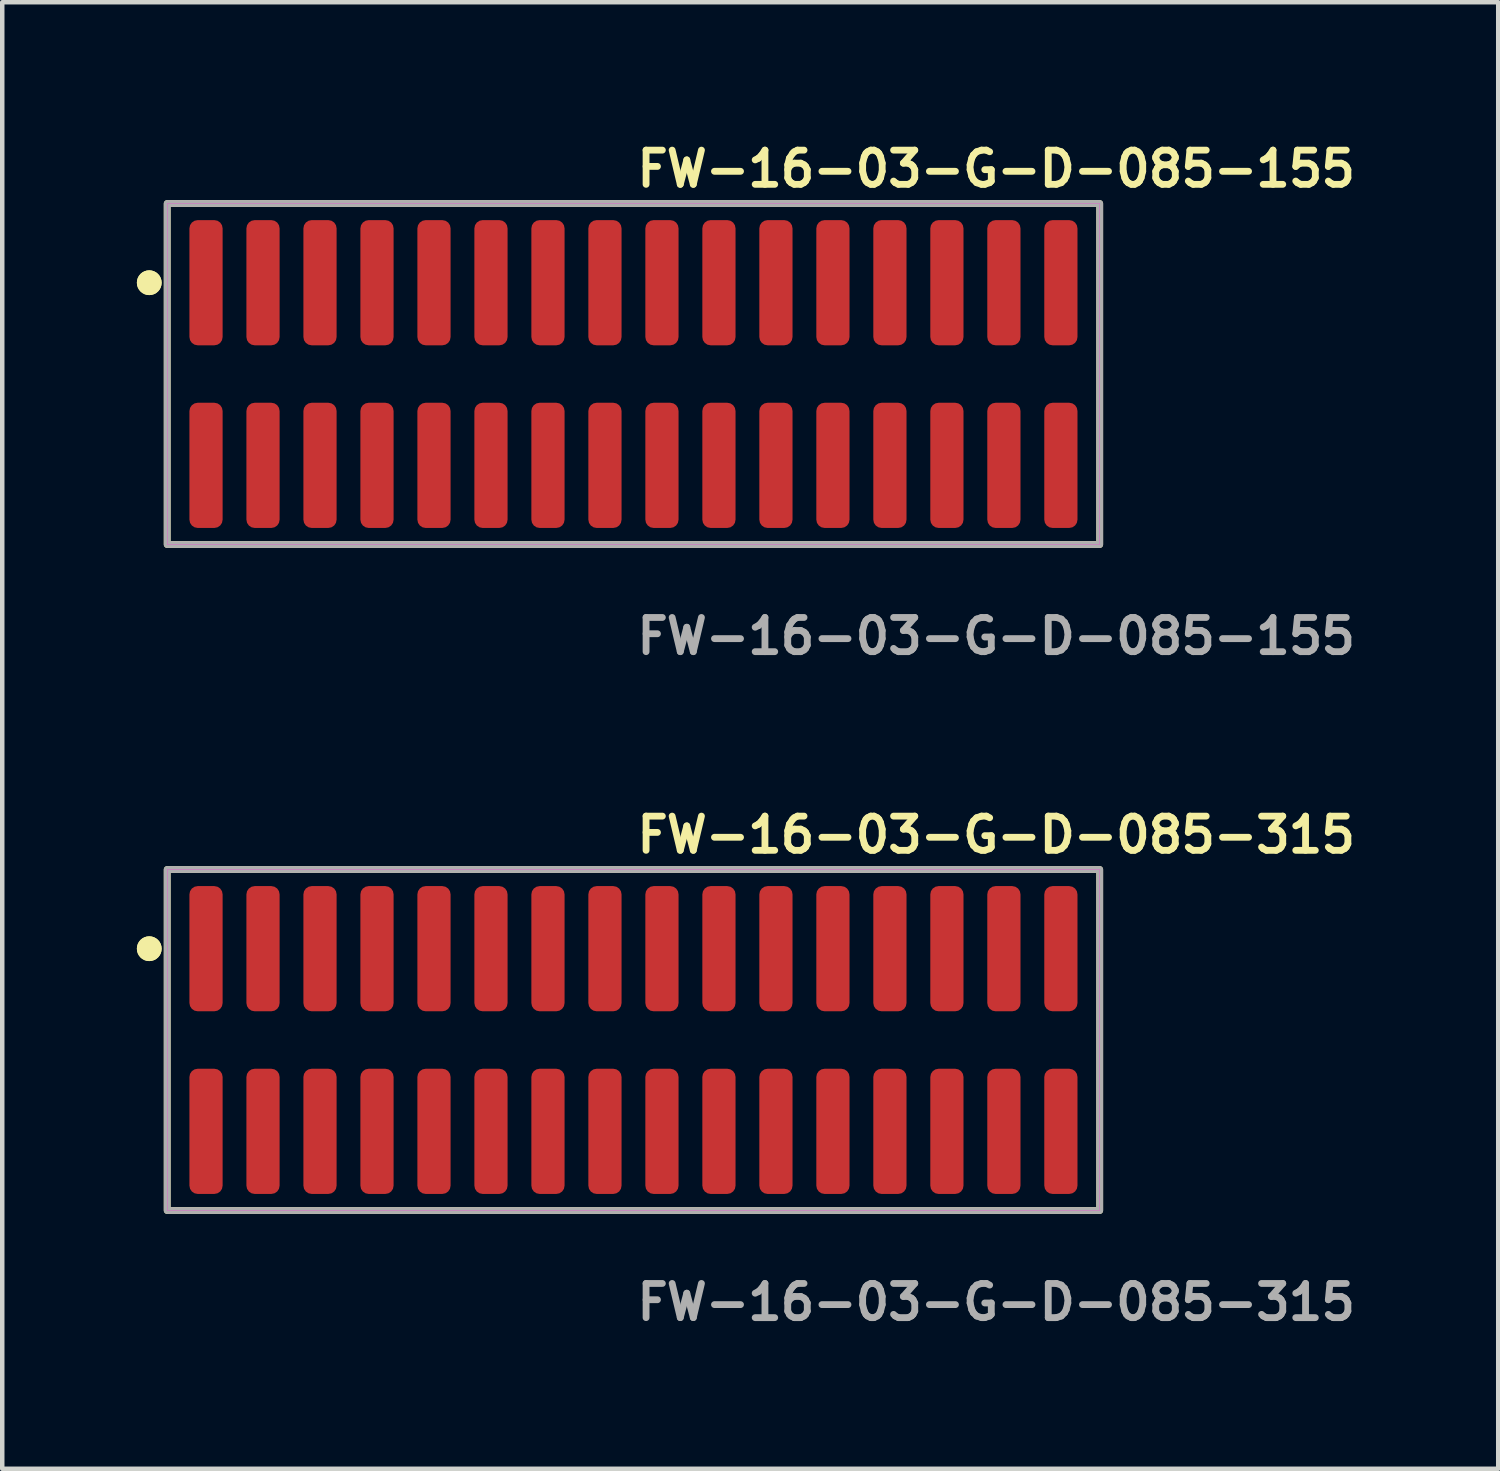
<source format=kicad_pcb>
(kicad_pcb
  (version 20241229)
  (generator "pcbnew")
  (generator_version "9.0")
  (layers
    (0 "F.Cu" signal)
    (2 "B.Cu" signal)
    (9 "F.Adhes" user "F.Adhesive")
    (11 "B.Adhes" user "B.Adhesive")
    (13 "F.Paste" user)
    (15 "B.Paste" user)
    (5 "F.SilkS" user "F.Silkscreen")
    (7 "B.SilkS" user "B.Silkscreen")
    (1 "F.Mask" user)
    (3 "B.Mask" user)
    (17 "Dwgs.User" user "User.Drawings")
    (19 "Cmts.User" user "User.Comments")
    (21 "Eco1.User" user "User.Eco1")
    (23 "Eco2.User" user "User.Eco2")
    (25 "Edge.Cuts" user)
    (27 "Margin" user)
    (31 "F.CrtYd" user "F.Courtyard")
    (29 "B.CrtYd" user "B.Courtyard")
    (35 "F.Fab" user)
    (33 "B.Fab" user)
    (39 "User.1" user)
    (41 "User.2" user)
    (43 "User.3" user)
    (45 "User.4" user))
  (footprint "FW-16-03-G-D-085-155"
    (layer "F.Cu")
    (at 11.066 5.285)
    (property "Reference" "FW-16-03-G-D-085-155" (at 0 -4.572 0) (unlocked yes) (layer "F.SilkS") (effects (font (size 0.762 0.762) (thickness 0.152)) (justify left)))
    (fp_rect (start -10.39 3.8) (end 10.39 -3.8) (stroke (width 0.152) (type solid)) (fill no) (layer "F.SilkS"))
    (fp_circle (center -10.79 -2.035) (end -10.99 -2.035) (stroke (width 0.152) (type solid)) (fill yes) (layer "F.SilkS"))
    (fp_circle (center -10.79 -2.035) (end -10.99 -2.035) (stroke (width 0.152) (type solid)) (fill yes) (layer "F.SilkS"))
    (fp_rect (start -10.39 3.8) (end 10.39 -3.8) (stroke (width 0.006) (type solid)) (fill no) (layer "F.CrtYd"))
    (fp_rect (start -10.39 3.8) (end 10.39 -3.8) (stroke (width 0.152) (type solid)) (fill no) (layer "F.Fab"))
    (fp_text user "${REFERENCE}" (at 0 5.842 0) (unlocked yes) (layer "F.Fab") (effects (font (size 0.762 0.762) (thickness 0.152)) (justify left)))
    (pad "1" smd roundrect (at -9.525 -2.035) (size 0.74 2.79) (layers "F.Cu" "F.Paste") (roundrect_rratio 0.25))
    (pad "2" smd roundrect (at -9.525 2.035) (size 0.74 2.79) (layers "F.Cu" "F.Paste") (roundrect_rratio 0.25))
    (pad "3" smd roundrect (at -8.255 -2.035) (size 0.74 2.79) (layers "F.Cu" "F.Paste") (roundrect_rratio 0.25))
    (pad "4" smd roundrect (at -8.255 2.035) (size 0.74 2.79) (layers "F.Cu" "F.Paste") (roundrect_rratio 0.25))
    (pad "5" smd roundrect (at -6.985 -2.035) (size 0.74 2.79) (layers "F.Cu" "F.Paste") (roundrect_rratio 0.25))
    (pad "6" smd roundrect (at -6.985 2.035) (size 0.74 2.79) (layers "F.Cu" "F.Paste") (roundrect_rratio 0.25))
    (pad "7" smd roundrect (at -5.715 -2.035) (size 0.74 2.79) (layers "F.Cu" "F.Paste") (roundrect_rratio 0.25))
    (pad "8" smd roundrect (at -5.715 2.035) (size 0.74 2.79) (layers "F.Cu" "F.Paste") (roundrect_rratio 0.25))
    (pad "9" smd roundrect (at -4.445 -2.035) (size 0.74 2.79) (layers "F.Cu" "F.Paste") (roundrect_rratio 0.25))
    (pad "10" smd roundrect (at -4.445 2.035) (size 0.74 2.79) (layers "F.Cu" "F.Paste") (roundrect_rratio 0.25))
    (pad "11" smd roundrect (at -3.175 -2.035) (size 0.74 2.79) (layers "F.Cu" "F.Paste") (roundrect_rratio 0.25))
    (pad "12" smd roundrect (at -3.175 2.035) (size 0.74 2.79) (layers "F.Cu" "F.Paste") (roundrect_rratio 0.25))
    (pad "13" smd roundrect (at -1.905 -2.035) (size 0.74 2.79) (layers "F.Cu" "F.Paste") (roundrect_rratio 0.25))
    (pad "14" smd roundrect (at -1.905 2.035) (size 0.74 2.79) (layers "F.Cu" "F.Paste") (roundrect_rratio 0.25))
    (pad "15" smd roundrect (at -0.635 -2.035) (size 0.74 2.79) (layers "F.Cu" "F.Paste") (roundrect_rratio 0.25))
    (pad "16" smd roundrect (at -0.635 2.035) (size 0.74 2.79) (layers "F.Cu" "F.Paste") (roundrect_rratio 0.25))
    (pad "17" smd roundrect (at 0.635 -2.035) (size 0.74 2.79) (layers "F.Cu" "F.Paste") (roundrect_rratio 0.25))
    (pad "18" smd roundrect (at 0.635 2.035) (size 0.74 2.79) (layers "F.Cu" "F.Paste") (roundrect_rratio 0.25))
    (pad "19" smd roundrect (at 1.905 -2.035) (size 0.74 2.79) (layers "F.Cu" "F.Paste") (roundrect_rratio 0.25))
    (pad "20" smd roundrect (at 1.905 2.035) (size 0.74 2.79) (layers "F.Cu" "F.Paste") (roundrect_rratio 0.25))
    (pad "21" smd roundrect (at 3.175 -2.035) (size 0.74 2.79) (layers "F.Cu" "F.Paste") (roundrect_rratio 0.25))
    (pad "22" smd roundrect (at 3.175 2.035) (size 0.74 2.79) (layers "F.Cu" "F.Paste") (roundrect_rratio 0.25))
    (pad "23" smd roundrect (at 4.445 -2.035) (size 0.74 2.79) (layers "F.Cu" "F.Paste") (roundrect_rratio 0.25))
    (pad "24" smd roundrect (at 4.445 2.035) (size 0.74 2.79) (layers "F.Cu" "F.Paste") (roundrect_rratio 0.25))
    (pad "25" smd roundrect (at 5.715 -2.035) (size 0.74 2.79) (layers "F.Cu" "F.Paste") (roundrect_rratio 0.25))
    (pad "26" smd roundrect (at 5.715 2.035) (size 0.74 2.79) (layers "F.Cu" "F.Paste") (roundrect_rratio 0.25))
    (pad "27" smd roundrect (at 6.985 -2.035) (size 0.74 2.79) (layers "F.Cu" "F.Paste") (roundrect_rratio 0.25))
    (pad "28" smd roundrect (at 6.985 2.035) (size 0.74 2.79) (layers "F.Cu" "F.Paste") (roundrect_rratio 0.25))
    (pad "29" smd roundrect (at 8.255 -2.035) (size 0.74 2.79) (layers "F.Cu" "F.Paste") (roundrect_rratio 0.25))
    (pad "30" smd roundrect (at 8.255 2.035) (size 0.74 2.79) (layers "F.Cu" "F.Paste") (roundrect_rratio 0.25))
    (pad "31" smd roundrect (at 9.525 -2.035) (size 0.74 2.79) (layers "F.Cu" "F.Paste") (roundrect_rratio 0.25))
    (pad "32" smd roundrect (at 9.525 2.035) (size 0.74 2.79) (layers "F.Cu" "F.Paste") (roundrect_rratio 0.25)))
  (footprint "FW-16-03-G-D-085-315"
    (layer "F.Cu")
    (at 11.066 20.126)
    (property "Reference" "FW-16-03-G-D-085-315" (at 0 -4.572 0) (unlocked yes) (layer "F.SilkS") (effects (font (size 0.762 0.762) (thickness 0.152)) (justify left)))
    (fp_rect (start -10.39 3.8) (end 10.39 -3.8) (stroke (width 0.152) (type solid)) (fill no) (layer "F.SilkS"))
    (fp_circle (center -10.79 -2.035) (end -10.99 -2.035) (stroke (width 0.152) (type solid)) (fill yes) (layer "F.SilkS"))
    (fp_circle (center -10.79 -2.035) (end -10.99 -2.035) (stroke (width 0.152) (type solid)) (fill yes) (layer "F.SilkS"))
    (fp_rect (start -10.39 3.8) (end 10.39 -3.8) (stroke (width 0.006) (type solid)) (fill no) (layer "F.CrtYd"))
    (fp_rect (start -10.39 3.8) (end 10.39 -3.8) (stroke (width 0.152) (type solid)) (fill no) (layer "F.Fab"))
    (fp_text user "${REFERENCE}" (at 0 5.842 0) (unlocked yes) (layer "F.Fab") (effects (font (size 0.762 0.762) (thickness 0.152)) (justify left)))
    (pad "1" smd roundrect (at -9.525 -2.035) (size 0.74 2.79) (layers "F.Cu" "F.Paste") (roundrect_rratio 0.25))
    (pad "2" smd roundrect (at -9.525 2.035) (size 0.74 2.79) (layers "F.Cu" "F.Paste") (roundrect_rratio 0.25))
    (pad "3" smd roundrect (at -8.255 -2.035) (size 0.74 2.79) (layers "F.Cu" "F.Paste") (roundrect_rratio 0.25))
    (pad "4" smd roundrect (at -8.255 2.035) (size 0.74 2.79) (layers "F.Cu" "F.Paste") (roundrect_rratio 0.25))
    (pad "5" smd roundrect (at -6.985 -2.035) (size 0.74 2.79) (layers "F.Cu" "F.Paste") (roundrect_rratio 0.25))
    (pad "6" smd roundrect (at -6.985 2.035) (size 0.74 2.79) (layers "F.Cu" "F.Paste") (roundrect_rratio 0.25))
    (pad "7" smd roundrect (at -5.715 -2.035) (size 0.74 2.79) (layers "F.Cu" "F.Paste") (roundrect_rratio 0.25))
    (pad "8" smd roundrect (at -5.715 2.035) (size 0.74 2.79) (layers "F.Cu" "F.Paste") (roundrect_rratio 0.25))
    (pad "9" smd roundrect (at -4.445 -2.035) (size 0.74 2.79) (layers "F.Cu" "F.Paste") (roundrect_rratio 0.25))
    (pad "10" smd roundrect (at -4.445 2.035) (size 0.74 2.79) (layers "F.Cu" "F.Paste") (roundrect_rratio 0.25))
    (pad "11" smd roundrect (at -3.175 -2.035) (size 0.74 2.79) (layers "F.Cu" "F.Paste") (roundrect_rratio 0.25))
    (pad "12" smd roundrect (at -3.175 2.035) (size 0.74 2.79) (layers "F.Cu" "F.Paste") (roundrect_rratio 0.25))
    (pad "13" smd roundrect (at -1.905 -2.035) (size 0.74 2.79) (layers "F.Cu" "F.Paste") (roundrect_rratio 0.25))
    (pad "14" smd roundrect (at -1.905 2.035) (size 0.74 2.79) (layers "F.Cu" "F.Paste") (roundrect_rratio 0.25))
    (pad "15" smd roundrect (at -0.635 -2.035) (size 0.74 2.79) (layers "F.Cu" "F.Paste") (roundrect_rratio 0.25))
    (pad "16" smd roundrect (at -0.635 2.035) (size 0.74 2.79) (layers "F.Cu" "F.Paste") (roundrect_rratio 0.25))
    (pad "17" smd roundrect (at 0.635 -2.035) (size 0.74 2.79) (layers "F.Cu" "F.Paste") (roundrect_rratio 0.25))
    (pad "18" smd roundrect (at 0.635 2.035) (size 0.74 2.79) (layers "F.Cu" "F.Paste") (roundrect_rratio 0.25))
    (pad "19" smd roundrect (at 1.905 -2.035) (size 0.74 2.79) (layers "F.Cu" "F.Paste") (roundrect_rratio 0.25))
    (pad "20" smd roundrect (at 1.905 2.035) (size 0.74 2.79) (layers "F.Cu" "F.Paste") (roundrect_rratio 0.25))
    (pad "21" smd roundrect (at 3.175 -2.035) (size 0.74 2.79) (layers "F.Cu" "F.Paste") (roundrect_rratio 0.25))
    (pad "22" smd roundrect (at 3.175 2.035) (size 0.74 2.79) (layers "F.Cu" "F.Paste") (roundrect_rratio 0.25))
    (pad "23" smd roundrect (at 4.445 -2.035) (size 0.74 2.79) (layers "F.Cu" "F.Paste") (roundrect_rratio 0.25))
    (pad "24" smd roundrect (at 4.445 2.035) (size 0.74 2.79) (layers "F.Cu" "F.Paste") (roundrect_rratio 0.25))
    (pad "25" smd roundrect (at 5.715 -2.035) (size 0.74 2.79) (layers "F.Cu" "F.Paste") (roundrect_rratio 0.25))
    (pad "26" smd roundrect (at 5.715 2.035) (size 0.74 2.79) (layers "F.Cu" "F.Paste") (roundrect_rratio 0.25))
    (pad "27" smd roundrect (at 6.985 -2.035) (size 0.74 2.79) (layers "F.Cu" "F.Paste") (roundrect_rratio 0.25))
    (pad "28" smd roundrect (at 6.985 2.035) (size 0.74 2.79) (layers "F.Cu" "F.Paste") (roundrect_rratio 0.25))
    (pad "29" smd roundrect (at 8.255 -2.035) (size 0.74 2.79) (layers "F.Cu" "F.Paste") (roundrect_rratio 0.25))
    (pad "30" smd roundrect (at 8.255 2.035) (size 0.74 2.79) (layers "F.Cu" "F.Paste") (roundrect_rratio 0.25))
    (pad "31" smd roundrect (at 9.525 -2.035) (size 0.74 2.79) (layers "F.Cu" "F.Paste") (roundrect_rratio 0.25))
    (pad "32" smd roundrect (at 9.525 2.035) (size 0.74 2.79) (layers "F.Cu" "F.Paste") (roundrect_rratio 0.25)))
  (gr_rect
    (start -3 -3)
    (end 30.337 29.681)
    (stroke (width 0.1) (type default))
    (fill no)
    (layer "Edge.Cuts")))
</source>
